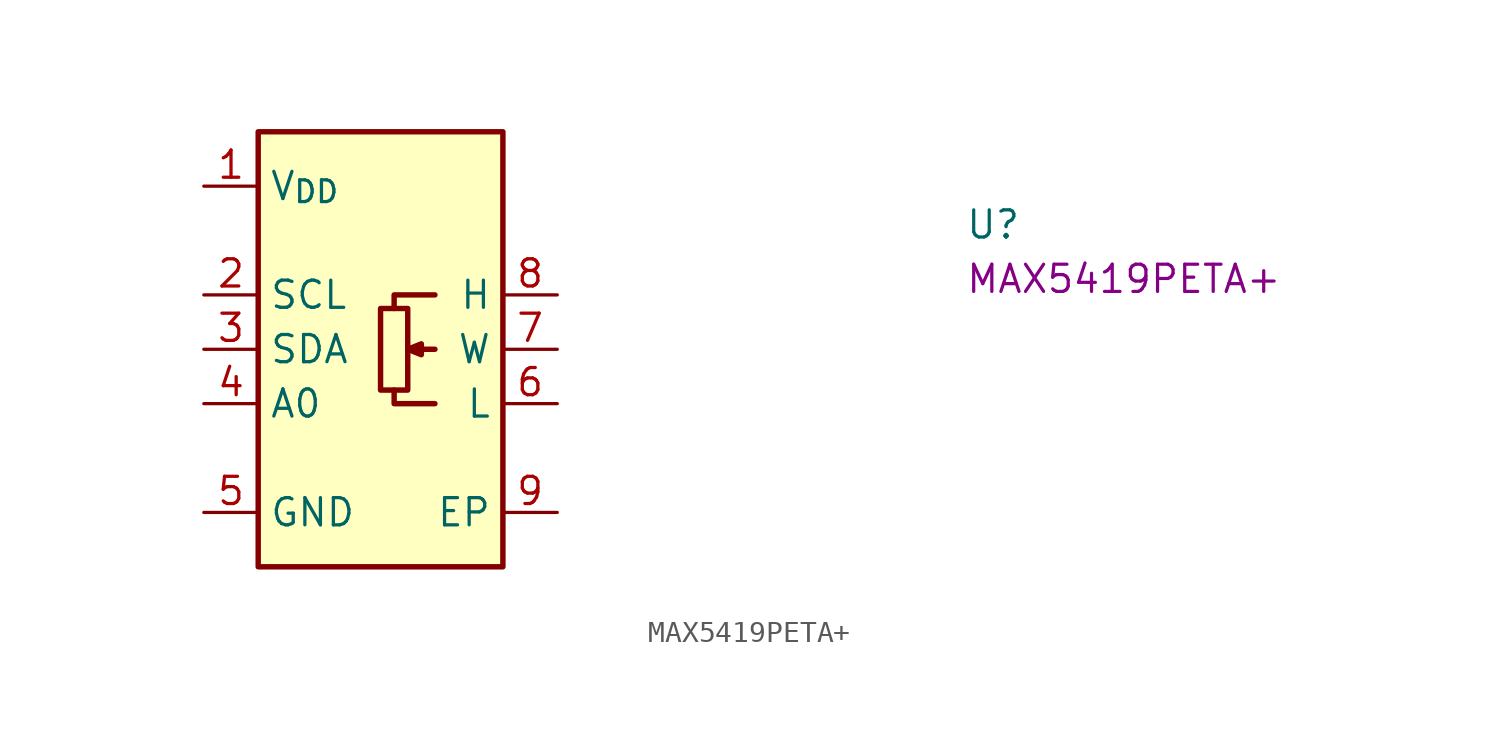
<source format=kicad_sym>
(kicad_symbol_lib
  (version 20220914)
  (generator kicad_symbol_editor)
  (symbol "MAX5419PETA+"
    (property "Reference" "U"
      (at 35.56 -2.54 0)
      (effects (font (size 1.27 1.27) (thickness 0.15)) (justify left bottom)))
    (property "MPN" "MAX5419PETA+ "
      (at 35.56 -5.08 0)
      (effects (font (size 1.27 1.27) (thickness 0.15)) (justify left bottom)))
    (symbol "MAX5419PETA+_1_1"
      (polyline (pts (xy 10.795 -7.62) (xy 9.525 -7.62)) (stroke (width 0.254) (type default)) (fill (type background)))
      (polyline (pts (xy 8.89 -9.525) (xy 8.89 -10.16) (xy 10.795 -10.16)) (stroke (width 0.254) (type default)) (fill (type background)))
      (polyline (pts (xy 10.795 -5.08) (xy 8.89 -5.08) (xy 8.89 -5.715)) (stroke (width 0.254) (type default)) (fill (type background)))
      (polyline (pts (xy 9.525 -7.62) (xy 10.16 -7.366) (xy 10.16 -7.874) (xy 9.525 -7.62)) (stroke (width 0.254) (type default)) (fill (type background)))
      (rectangle (start 2.54 2.54) (end 13.97 -17.78) (stroke (width 0.254) (type default)) (fill (type background)))
      (rectangle (start 9.525 -5.715) (end 8.255 -9.525) (stroke (width 0.254) (type default)) (fill (type background)))
      (pin power_in line (at 0 0 0) (length 2.54) (name "V_{DD}" (effects (font (size 1.27 1.27)))) (number "1" (effects (font (size 1.27 1.27)))))
      (pin input line (at 0 -5.08 0) (length 2.54) (name "SCL" (effects (font (size 1.27 1.27)))) (number "2" (effects (font (size 1.27 1.27)))) (alternate "NC" no_connect line))
      (pin bidirectional line (at 0 -7.62 0) (length 2.54) (name "SDA" (effects (font (size 1.27 1.27)))) (number "3" (effects (font (size 1.27 1.27)))) (alternate "SDA" bidirectional line))
      (pin passive line (at 0 -10.16 0) (length 2.54) (name "A0" (effects (font (size 1.27 1.27)))) (number "4" (effects (font (size 1.27 1.27)))) (alternate "SCL" input line))
      (pin power_in line (at 0 -15.24 0) (length 2.54) (name "GND" (effects (font (size 1.27 1.27)))) (number "5" (effects (font (size 1.27 1.27)))))
      (pin passive line (at 16.51 -10.16 180) (length 2.54) (name "L" (effects (font (size 1.27 1.27)))) (number "6" (effects (font (size 1.27 1.27)))))
      (pin passive line (at 16.51 -7.62 180) (length 2.54) (name "W" (effects (font (size 1.27 1.27)))) (number "7" (effects (font (size 1.27 1.27)))))
      (pin passive line (at 16.51 -5.08 180) (length 2.54) (name "H" (effects (font (size 1.27 1.27)))) (number "8" (effects (font (size 1.27 1.27)))))
      (pin power_in line (at 16.51 -15.24 180) (length 2.54) (name "EP" (effects (font (size 1.27 1.27)))) (number "9" (effects (font (size 1.27 1.27))))))))
</source>
